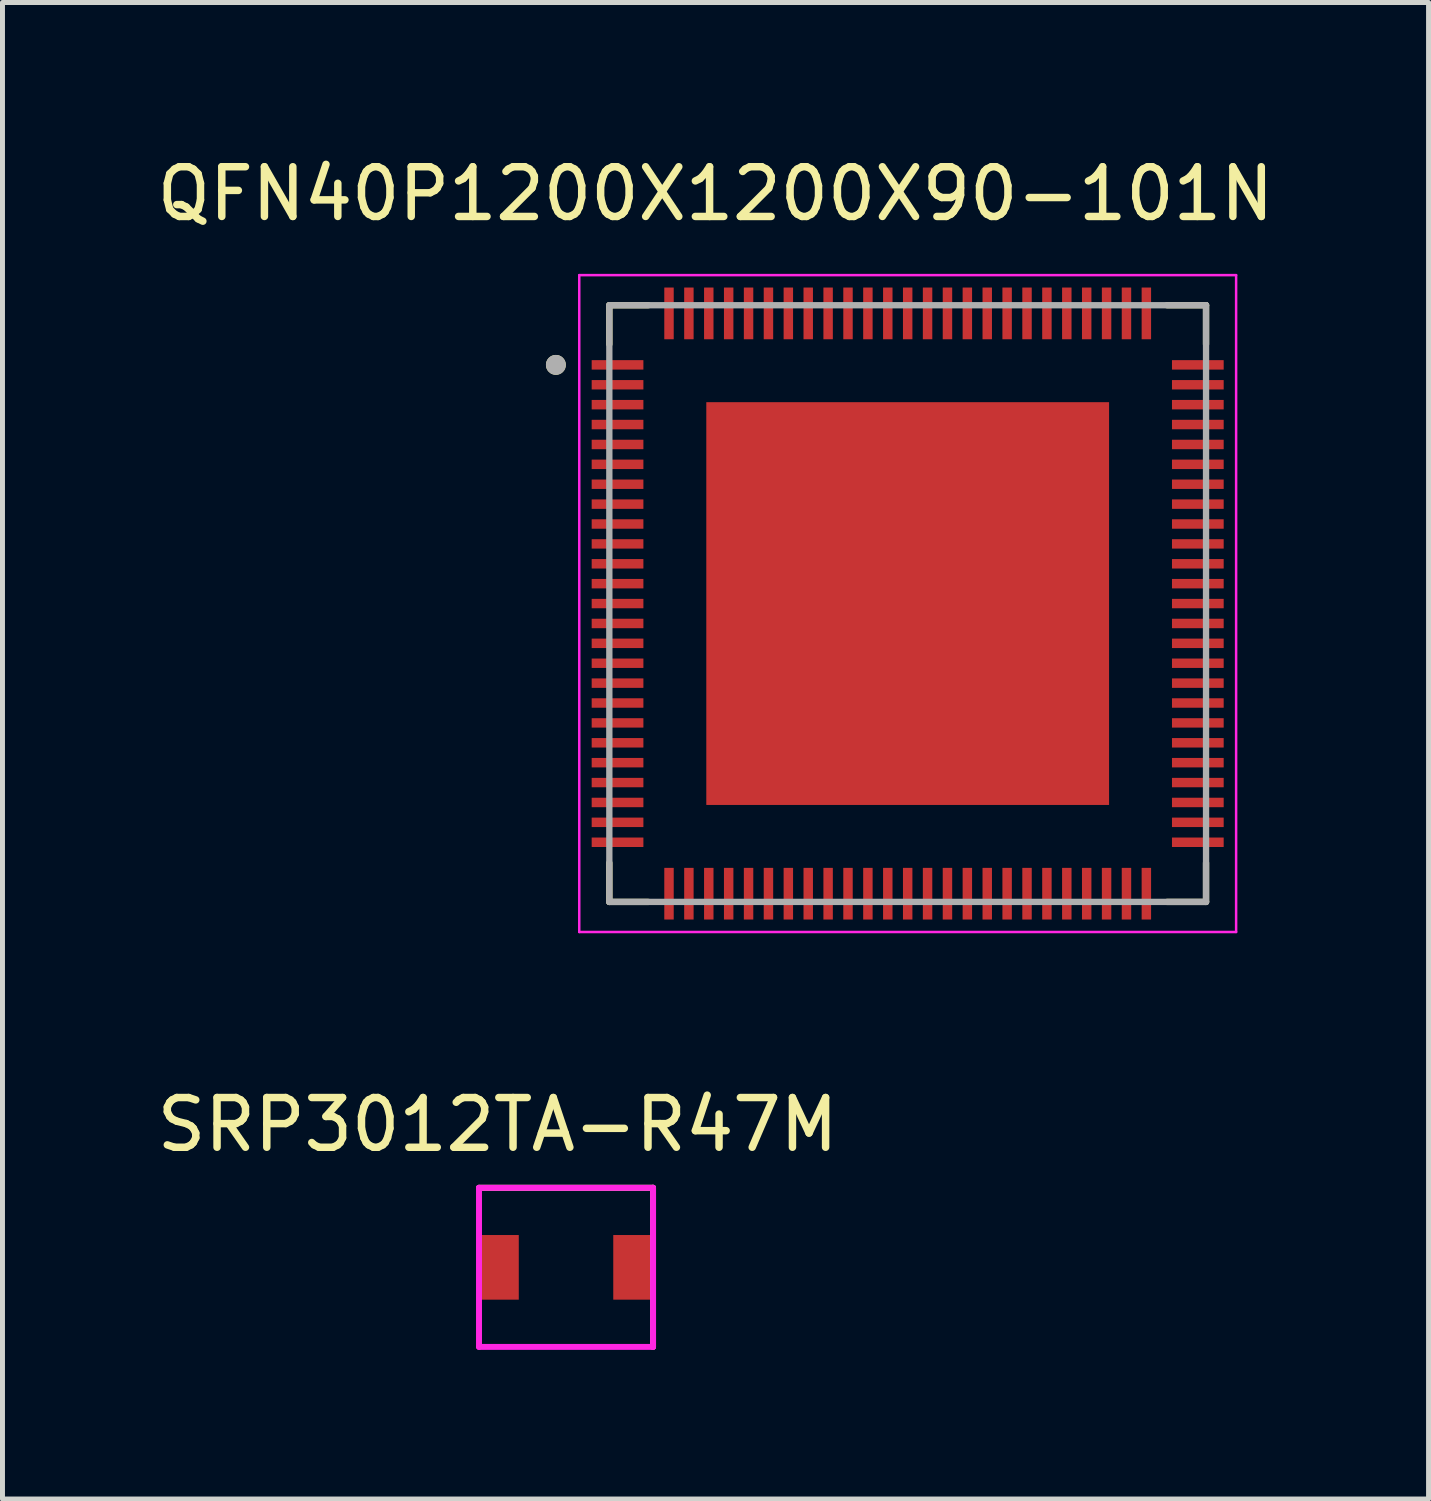
<source format=kicad_pcb>
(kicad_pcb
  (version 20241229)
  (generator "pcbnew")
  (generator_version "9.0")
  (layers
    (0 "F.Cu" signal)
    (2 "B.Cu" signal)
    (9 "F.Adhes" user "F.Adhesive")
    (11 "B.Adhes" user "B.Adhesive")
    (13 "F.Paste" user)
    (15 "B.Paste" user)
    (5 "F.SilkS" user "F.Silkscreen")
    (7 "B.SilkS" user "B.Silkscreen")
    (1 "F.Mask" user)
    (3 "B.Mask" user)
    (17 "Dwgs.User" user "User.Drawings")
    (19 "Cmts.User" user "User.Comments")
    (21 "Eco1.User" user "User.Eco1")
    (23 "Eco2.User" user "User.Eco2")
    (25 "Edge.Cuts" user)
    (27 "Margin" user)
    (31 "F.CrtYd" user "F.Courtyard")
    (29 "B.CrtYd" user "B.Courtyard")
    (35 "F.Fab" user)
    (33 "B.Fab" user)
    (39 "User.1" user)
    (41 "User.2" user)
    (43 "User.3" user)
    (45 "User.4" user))
  (footprint "QFN40P1200X1200X90-101N"
    (layer "F.Cu")
    (at 15.204 9.088)
    (property "Reference" "QFN40P1200X1200X90-101N" (at -3.865 -8.24 0) (layer "F.SilkS") (effects (font (size 1 1) (thickness 0.15))))
    (attr through_hole)
    (fp_line (start -6 -6) (end -6 -5.215) (stroke (width 0.127) (type solid)) (layer "F.SilkS"))
    (fp_line (start -6 -6) (end -5.215 -6) (stroke (width 0.127) (type solid)) (layer "F.SilkS"))
    (fp_line (start -6 6) (end -6 5.215) (stroke (width 0.127) (type solid)) (layer "F.SilkS"))
    (fp_line (start -6 6) (end -5.215 6) (stroke (width 0.127) (type solid)) (layer "F.SilkS"))
    (fp_line (start 6 -6) (end 5.215 -6) (stroke (width 0.127) (type solid)) (layer "F.SilkS"))
    (fp_line (start 6 -6) (end 6 -5.215) (stroke (width 0.127) (type solid)) (layer "F.SilkS"))
    (fp_line (start 6 6) (end 5.215 6) (stroke (width 0.127) (type solid)) (layer "F.SilkS"))
    (fp_line (start 6 6) (end 6 5.215) (stroke (width 0.127) (type solid)) (layer "F.SilkS"))
    (fp_circle (center -7.075 -4.8) (end -6.975 -4.8) (stroke (width 0.2) (type solid)) (fill no) (layer "F.SilkS"))
    (fp_poly (pts (xy -3.68 -3.68) (xy -2.4 -3.68) (xy -2.4 -2.4) (xy -3.68 -2.4)) (stroke (width 0.01) (type solid)) (fill yes) (layer "F.Paste"))
    (fp_poly (pts (xy -3.68 -1.66) (xy -2.4 -1.66) (xy -2.4 -0.38) (xy -3.68 -0.38)) (stroke (width 0.01) (type solid)) (fill yes) (layer "F.Paste"))
    (fp_poly (pts (xy -3.68 0.36) (xy -2.4 0.36) (xy -2.4 1.64) (xy -3.68 1.64)) (stroke (width 0.01) (type solid)) (fill yes) (layer "F.Paste"))
    (fp_poly (pts (xy -3.68 2.38) (xy -2.4 2.38) (xy -2.4 3.66) (xy -3.68 3.66)) (stroke (width 0.01) (type solid)) (fill yes) (layer "F.Paste"))
    (fp_poly (pts (xy -1.66 -3.68) (xy -0.38 -3.68) (xy -0.38 -2.4) (xy -1.66 -2.4)) (stroke (width 0.01) (type solid)) (fill yes) (layer "F.Paste"))
    (fp_poly (pts (xy -1.66 -1.66) (xy -0.38 -1.66) (xy -0.38 -0.38) (xy -1.66 -0.38)) (stroke (width 0.01) (type solid)) (fill yes) (layer "F.Paste"))
    (fp_poly (pts (xy -1.66 0.36) (xy -0.38 0.36) (xy -0.38 1.64) (xy -1.66 1.64)) (stroke (width 0.01) (type solid)) (fill yes) (layer "F.Paste"))
    (fp_poly (pts (xy -1.66 2.38) (xy -0.38 2.38) (xy -0.38 3.66) (xy -1.66 3.66)) (stroke (width 0.01) (type solid)) (fill yes) (layer "F.Paste"))
    (fp_poly (pts (xy 0.36 -3.68) (xy 1.64 -3.68) (xy 1.64 -2.4) (xy 0.36 -2.4)) (stroke (width 0.01) (type solid)) (fill yes) (layer "F.Paste"))
    (fp_poly (pts (xy 0.36 -1.66) (xy 1.64 -1.66) (xy 1.64 -0.38) (xy 0.36 -0.38)) (stroke (width 0.01) (type solid)) (fill yes) (layer "F.Paste"))
    (fp_poly (pts (xy 0.36 0.36) (xy 1.64 0.36) (xy 1.64 1.64) (xy 0.36 1.64)) (stroke (width 0.01) (type solid)) (fill yes) (layer "F.Paste"))
    (fp_poly (pts (xy 0.36 2.38) (xy 1.64 2.38) (xy 1.64 3.66) (xy 0.36 3.66)) (stroke (width 0.01) (type solid)) (fill yes) (layer "F.Paste"))
    (fp_poly (pts (xy 2.38 -3.68) (xy 3.66 -3.68) (xy 3.66 -2.4) (xy 2.38 -2.4)) (stroke (width 0.01) (type solid)) (fill yes) (layer "F.Paste"))
    (fp_poly (pts (xy 2.38 -1.66) (xy 3.66 -1.66) (xy 3.66 -0.38) (xy 2.38 -0.38)) (stroke (width 0.01) (type solid)) (fill yes) (layer "F.Paste"))
    (fp_poly (pts (xy 2.38 0.36) (xy 3.66 0.36) (xy 3.66 1.64) (xy 2.38 1.64)) (stroke (width 0.01) (type solid)) (fill yes) (layer "F.Paste"))
    (fp_poly (pts (xy 2.38 2.38) (xy 3.66 2.38) (xy 3.66 3.66) (xy 2.38 3.66)) (stroke (width 0.01) (type solid)) (fill yes) (layer "F.Paste"))
    (fp_line (start -6.605 -6.605) (end 6.605 -6.605) (stroke (width 0.05) (type solid)) (layer "F.CrtYd"))
    (fp_line (start -6.605 6.605) (end -6.605 -6.605) (stroke (width 0.05) (type solid)) (layer "F.CrtYd"))
    (fp_line (start -6.605 6.605) (end 6.605 6.605) (stroke (width 0.05) (type solid)) (layer "F.CrtYd"))
    (fp_line (start 6.605 6.605) (end 6.605 -6.605) (stroke (width 0.05) (type solid)) (layer "F.CrtYd"))
    (fp_line (start -6 6) (end -6 -6) (stroke (width 0.127) (type solid)) (layer "F.Fab"))
    (fp_line (start 6 -6) (end -6 -6) (stroke (width 0.127) (type solid)) (layer "F.Fab"))
    (fp_line (start 6 6) (end -6 6) (stroke (width 0.127) (type solid)) (layer "F.Fab"))
    (fp_line (start 6 6) (end 6 -6) (stroke (width 0.127) (type solid)) (layer "F.Fab"))
    (fp_circle (center -7.075 -4.8) (end -6.975 -4.8) (stroke (width 0.2) (type solid)) (fill no) (layer "F.Fab"))
    (pad "1" smd roundrect (at -5.835 -4.8) (size 1.04 0.19) (layers "F.Cu" "F.Mask" "F.Paste") (roundrect_rratio 0.02))
    (pad "2" smd roundrect (at -5.835 -4.4) (size 1.04 0.19) (layers "F.Cu" "F.Mask" "F.Paste") (roundrect_rratio 0.02))
    (pad "3" smd roundrect (at -5.835 -4) (size 1.04 0.19) (layers "F.Cu" "F.Mask" "F.Paste") (roundrect_rratio 0.02))
    (pad "4" smd roundrect (at -5.835 -3.6) (size 1.04 0.19) (layers "F.Cu" "F.Mask" "F.Paste") (roundrect_rratio 0.02))
    (pad "5" smd roundrect (at -5.835 -3.2) (size 1.04 0.19) (layers "F.Cu" "F.Mask" "F.Paste") (roundrect_rratio 0.02))
    (pad "6" smd roundrect (at -5.835 -2.8) (size 1.04 0.19) (layers "F.Cu" "F.Mask" "F.Paste") (roundrect_rratio 0.02))
    (pad "7" smd roundrect (at -5.835 -2.4) (size 1.04 0.19) (layers "F.Cu" "F.Mask" "F.Paste") (roundrect_rratio 0.02))
    (pad "8" smd roundrect (at -5.835 -2) (size 1.04 0.19) (layers "F.Cu" "F.Mask" "F.Paste") (roundrect_rratio 0.02))
    (pad "9" smd roundrect (at -5.835 -1.6) (size 1.04 0.19) (layers "F.Cu" "F.Mask" "F.Paste") (roundrect_rratio 0.02))
    (pad "10" smd roundrect (at -5.835 -1.2) (size 1.04 0.19) (layers "F.Cu" "F.Mask" "F.Paste") (roundrect_rratio 0.02))
    (pad "11" smd roundrect (at -5.835 -0.8) (size 1.04 0.19) (layers "F.Cu" "F.Mask" "F.Paste") (roundrect_rratio 0.02))
    (pad "12" smd roundrect (at -5.835 -0.4) (size 1.04 0.19) (layers "F.Cu" "F.Mask" "F.Paste") (roundrect_rratio 0.02))
    (pad "13" smd roundrect (at -5.835 0) (size 1.04 0.19) (layers "F.Cu" "F.Mask" "F.Paste") (roundrect_rratio 0.02))
    (pad "14" smd roundrect (at -5.835 0.4) (size 1.04 0.19) (layers "F.Cu" "F.Mask" "F.Paste") (roundrect_rratio 0.02))
    (pad "15" smd roundrect (at -5.835 0.8) (size 1.04 0.19) (layers "F.Cu" "F.Mask" "F.Paste") (roundrect_rratio 0.02))
    (pad "16" smd roundrect (at -5.835 1.2) (size 1.04 0.19) (layers "F.Cu" "F.Mask" "F.Paste") (roundrect_rratio 0.02))
    (pad "17" smd roundrect (at -5.835 1.6) (size 1.04 0.19) (layers "F.Cu" "F.Mask" "F.Paste") (roundrect_rratio 0.02))
    (pad "18" smd roundrect (at -5.835 2) (size 1.04 0.19) (layers "F.Cu" "F.Mask" "F.Paste") (roundrect_rratio 0.02))
    (pad "19" smd roundrect (at -5.835 2.4) (size 1.04 0.19) (layers "F.Cu" "F.Mask" "F.Paste") (roundrect_rratio 0.02))
    (pad "20" smd roundrect (at -5.835 2.8) (size 1.04 0.19) (layers "F.Cu" "F.Mask" "F.Paste") (roundrect_rratio 0.02))
    (pad "21" smd roundrect (at -5.835 3.2) (size 1.04 0.19) (layers "F.Cu" "F.Mask" "F.Paste") (roundrect_rratio 0.02))
    (pad "22" smd roundrect (at -5.835 3.6) (size 1.04 0.19) (layers "F.Cu" "F.Mask" "F.Paste") (roundrect_rratio 0.02))
    (pad "23" smd roundrect (at -5.835 4) (size 1.04 0.19) (layers "F.Cu" "F.Mask" "F.Paste") (roundrect_rratio 0.02))
    (pad "24" smd roundrect (at -5.835 4.4) (size 1.04 0.19) (layers "F.Cu" "F.Mask" "F.Paste") (roundrect_rratio 0.02))
    (pad "25" smd roundrect (at -5.835 4.8) (size 1.04 0.19) (layers "F.Cu" "F.Mask" "F.Paste") (roundrect_rratio 0.02))
    (pad "26" smd roundrect (at -4.8 5.835) (size 0.19 1.04) (layers "F.Cu" "F.Mask" "F.Paste") (roundrect_rratio 0.02))
    (pad "27" smd roundrect (at -4.4 5.835) (size 0.19 1.04) (layers "F.Cu" "F.Mask" "F.Paste") (roundrect_rratio 0.02))
    (pad "28" smd roundrect (at -4 5.835) (size 0.19 1.04) (layers "F.Cu" "F.Mask" "F.Paste") (roundrect_rratio 0.02))
    (pad "29" smd roundrect (at -3.6 5.835) (size 0.19 1.04) (layers "F.Cu" "F.Mask" "F.Paste") (roundrect_rratio 0.02))
    (pad "30" smd roundrect (at -3.2 5.835) (size 0.19 1.04) (layers "F.Cu" "F.Mask" "F.Paste") (roundrect_rratio 0.02))
    (pad "31" smd roundrect (at -2.8 5.835) (size 0.19 1.04) (layers "F.Cu" "F.Mask" "F.Paste") (roundrect_rratio 0.02))
    (pad "32" smd roundrect (at -2.4 5.835) (size 0.19 1.04) (layers "F.Cu" "F.Mask" "F.Paste") (roundrect_rratio 0.02))
    (pad "33" smd roundrect (at -2 5.835) (size 0.19 1.04) (layers "F.Cu" "F.Mask" "F.Paste") (roundrect_rratio 0.02))
    (pad "34" smd roundrect (at -1.6 5.835) (size 0.19 1.04) (layers "F.Cu" "F.Mask" "F.Paste") (roundrect_rratio 0.02))
    (pad "35" smd roundrect (at -1.2 5.835) (size 0.19 1.04) (layers "F.Cu" "F.Mask" "F.Paste") (roundrect_rratio 0.02))
    (pad "36" smd roundrect (at -0.8 5.835) (size 0.19 1.04) (layers "F.Cu" "F.Mask" "F.Paste") (roundrect_rratio 0.02))
    (pad "37" smd roundrect (at -0.4 5.835) (size 0.19 1.04) (layers "F.Cu" "F.Mask" "F.Paste") (roundrect_rratio 0.02))
    (pad "38" smd roundrect (at 0 5.835) (size 0.19 1.04) (layers "F.Cu" "F.Mask" "F.Paste") (roundrect_rratio 0.02))
    (pad "39" smd roundrect (at 0.4 5.835) (size 0.19 1.04) (layers "F.Cu" "F.Mask" "F.Paste") (roundrect_rratio 0.02))
    (pad "40" smd roundrect (at 0.8 5.835) (size 0.19 1.04) (layers "F.Cu" "F.Mask" "F.Paste") (roundrect_rratio 0.02))
    (pad "41" smd roundrect (at 1.2 5.835) (size 0.19 1.04) (layers "F.Cu" "F.Mask" "F.Paste") (roundrect_rratio 0.02))
    (pad "42" smd roundrect (at 1.6 5.835) (size 0.19 1.04) (layers "F.Cu" "F.Mask" "F.Paste") (roundrect_rratio 0.02))
    (pad "43" smd roundrect (at 2 5.835) (size 0.19 1.04) (layers "F.Cu" "F.Mask" "F.Paste") (roundrect_rratio 0.02))
    (pad "44" smd roundrect (at 2.4 5.835) (size 0.19 1.04) (layers "F.Cu" "F.Mask" "F.Paste") (roundrect_rratio 0.02))
    (pad "45" smd roundrect (at 2.8 5.835) (size 0.19 1.04) (layers "F.Cu" "F.Mask" "F.Paste") (roundrect_rratio 0.02))
    (pad "46" smd roundrect (at 3.2 5.835) (size 0.19 1.04) (layers "F.Cu" "F.Mask" "F.Paste") (roundrect_rratio 0.02))
    (pad "47" smd roundrect (at 3.6 5.835) (size 0.19 1.04) (layers "F.Cu" "F.Mask" "F.Paste") (roundrect_rratio 0.02))
    (pad "48" smd roundrect (at 4 5.835) (size 0.19 1.04) (layers "F.Cu" "F.Mask" "F.Paste") (roundrect_rratio 0.02))
    (pad "49" smd roundrect (at 4.4 5.835) (size 0.19 1.04) (layers "F.Cu" "F.Mask" "F.Paste") (roundrect_rratio 0.02))
    (pad "50" smd roundrect (at 4.8 5.835) (size 0.19 1.04) (layers "F.Cu" "F.Mask" "F.Paste") (roundrect_rratio 0.02))
    (pad "51" smd roundrect (at 5.835 4.8) (size 1.04 0.19) (layers "F.Cu" "F.Mask" "F.Paste") (roundrect_rratio 0.02))
    (pad "52" smd roundrect (at 5.835 4.4) (size 1.04 0.19) (layers "F.Cu" "F.Mask" "F.Paste") (roundrect_rratio 0.02))
    (pad "53" smd roundrect (at 5.835 4) (size 1.04 0.19) (layers "F.Cu" "F.Mask" "F.Paste") (roundrect_rratio 0.02))
    (pad "54" smd roundrect (at 5.835 3.6) (size 1.04 0.19) (layers "F.Cu" "F.Mask" "F.Paste") (roundrect_rratio 0.02))
    (pad "55" smd roundrect (at 5.835 3.2) (size 1.04 0.19) (layers "F.Cu" "F.Mask" "F.Paste") (roundrect_rratio 0.02))
    (pad "56" smd roundrect (at 5.835 2.8) (size 1.04 0.19) (layers "F.Cu" "F.Mask" "F.Paste") (roundrect_rratio 0.02))
    (pad "57" smd roundrect (at 5.835 2.4) (size 1.04 0.19) (layers "F.Cu" "F.Mask" "F.Paste") (roundrect_rratio 0.02))
    (pad "58" smd roundrect (at 5.835 2) (size 1.04 0.19) (layers "F.Cu" "F.Mask" "F.Paste") (roundrect_rratio 0.02))
    (pad "59" smd roundrect (at 5.835 1.6) (size 1.04 0.19) (layers "F.Cu" "F.Mask" "F.Paste") (roundrect_rratio 0.02))
    (pad "60" smd roundrect (at 5.835 1.2) (size 1.04 0.19) (layers "F.Cu" "F.Mask" "F.Paste") (roundrect_rratio 0.02))
    (pad "61" smd roundrect (at 5.835 0.8) (size 1.04 0.19) (layers "F.Cu" "F.Mask" "F.Paste") (roundrect_rratio 0.02))
    (pad "62" smd roundrect (at 5.835 0.4) (size 1.04 0.19) (layers "F.Cu" "F.Mask" "F.Paste") (roundrect_rratio 0.02))
    (pad "63" smd roundrect (at 5.835 0) (size 1.04 0.19) (layers "F.Cu" "F.Mask" "F.Paste") (roundrect_rratio 0.02))
    (pad "64" smd roundrect (at 5.835 -0.4) (size 1.04 0.19) (layers "F.Cu" "F.Mask" "F.Paste") (roundrect_rratio 0.02))
    (pad "65" smd roundrect (at 5.835 -0.8) (size 1.04 0.19) (layers "F.Cu" "F.Mask" "F.Paste") (roundrect_rratio 0.02))
    (pad "66" smd roundrect (at 5.835 -1.2) (size 1.04 0.19) (layers "F.Cu" "F.Mask" "F.Paste") (roundrect_rratio 0.02))
    (pad "67" smd roundrect (at 5.835 -1.6) (size 1.04 0.19) (layers "F.Cu" "F.Mask" "F.Paste") (roundrect_rratio 0.02))
    (pad "68" smd roundrect (at 5.835 -2) (size 1.04 0.19) (layers "F.Cu" "F.Mask" "F.Paste") (roundrect_rratio 0.02))
    (pad "69" smd roundrect (at 5.835 -2.4) (size 1.04 0.19) (layers "F.Cu" "F.Mask" "F.Paste") (roundrect_rratio 0.02))
    (pad "70" smd roundrect (at 5.835 -2.8) (size 1.04 0.19) (layers "F.Cu" "F.Mask" "F.Paste") (roundrect_rratio 0.02))
    (pad "71" smd roundrect (at 5.835 -3.2) (size 1.04 0.19) (layers "F.Cu" "F.Mask" "F.Paste") (roundrect_rratio 0.02))
    (pad "72" smd roundrect (at 5.835 -3.6) (size 1.04 0.19) (layers "F.Cu" "F.Mask" "F.Paste") (roundrect_rratio 0.02))
    (pad "73" smd roundrect (at 5.835 -4) (size 1.04 0.19) (layers "F.Cu" "F.Mask" "F.Paste") (roundrect_rratio 0.02))
    (pad "74" smd roundrect (at 5.835 -4.4) (size 1.04 0.19) (layers "F.Cu" "F.Mask" "F.Paste") (roundrect_rratio 0.02))
    (pad "75" smd roundrect (at 5.835 -4.8) (size 1.04 0.19) (layers "F.Cu" "F.Mask" "F.Paste") (roundrect_rratio 0.02))
    (pad "76" smd roundrect (at 4.8 -5.835) (size 0.19 1.04) (layers "F.Cu" "F.Mask" "F.Paste") (roundrect_rratio 0.02))
    (pad "77" smd roundrect (at 4.4 -5.835) (size 0.19 1.04) (layers "F.Cu" "F.Mask" "F.Paste") (roundrect_rratio 0.02))
    (pad "78" smd roundrect (at 4 -5.835) (size 0.19 1.04) (layers "F.Cu" "F.Mask" "F.Paste") (roundrect_rratio 0.02))
    (pad "79" smd roundrect (at 3.6 -5.835) (size 0.19 1.04) (layers "F.Cu" "F.Mask" "F.Paste") (roundrect_rratio 0.02))
    (pad "80" smd roundrect (at 3.2 -5.835) (size 0.19 1.04) (layers "F.Cu" "F.Mask" "F.Paste") (roundrect_rratio 0.02))
    (pad "81" smd roundrect (at 2.8 -5.835) (size 0.19 1.04) (layers "F.Cu" "F.Mask" "F.Paste") (roundrect_rratio 0.02))
    (pad "82" smd roundrect (at 2.4 -5.835) (size 0.19 1.04) (layers "F.Cu" "F.Mask" "F.Paste") (roundrect_rratio 0.02))
    (pad "83" smd roundrect (at 2 -5.835) (size 0.19 1.04) (layers "F.Cu" "F.Mask" "F.Paste") (roundrect_rratio 0.02))
    (pad "84" smd roundrect (at 1.6 -5.835) (size 0.19 1.04) (layers "F.Cu" "F.Mask" "F.Paste") (roundrect_rratio 0.02))
    (pad "85" smd roundrect (at 1.2 -5.835) (size 0.19 1.04) (layers "F.Cu" "F.Mask" "F.Paste") (roundrect_rratio 0.02))
    (pad "86" smd roundrect (at 0.8 -5.835) (size 0.19 1.04) (layers "F.Cu" "F.Mask" "F.Paste") (roundrect_rratio 0.02))
    (pad "87" smd roundrect (at 0.4 -5.835) (size 0.19 1.04) (layers "F.Cu" "F.Mask" "F.Paste") (roundrect_rratio 0.02))
    (pad "88" smd roundrect (at 0 -5.835) (size 0.19 1.04) (layers "F.Cu" "F.Mask" "F.Paste") (roundrect_rratio 0.02))
    (pad "89" smd roundrect (at -0.4 -5.835) (size 0.19 1.04) (layers "F.Cu" "F.Mask" "F.Paste") (roundrect_rratio 0.02))
    (pad "90" smd roundrect (at -0.8 -5.835) (size 0.19 1.04) (layers "F.Cu" "F.Mask" "F.Paste") (roundrect_rratio 0.02))
    (pad "91" smd roundrect (at -1.2 -5.835) (size 0.19 1.04) (layers "F.Cu" "F.Mask" "F.Paste") (roundrect_rratio 0.02))
    (pad "92" smd roundrect (at -1.6 -5.835) (size 0.19 1.04) (layers "F.Cu" "F.Mask" "F.Paste") (roundrect_rratio 0.02))
    (pad "93" smd roundrect (at -2 -5.835) (size 0.19 1.04) (layers "F.Cu" "F.Mask" "F.Paste") (roundrect_rratio 0.02))
    (pad "94" smd roundrect (at -2.4 -5.835) (size 0.19 1.04) (layers "F.Cu" "F.Mask" "F.Paste") (roundrect_rratio 0.02))
    (pad "95" smd roundrect (at -2.8 -5.835) (size 0.19 1.04) (layers "F.Cu" "F.Mask" "F.Paste") (roundrect_rratio 0.02))
    (pad "96" smd roundrect (at -3.2 -5.835) (size 0.19 1.04) (layers "F.Cu" "F.Mask" "F.Paste") (roundrect_rratio 0.02))
    (pad "97" smd roundrect (at -3.6 -5.835) (size 0.19 1.04) (layers "F.Cu" "F.Mask" "F.Paste") (roundrect_rratio 0.02))
    (pad "98" smd roundrect (at -4 -5.835) (size 0.19 1.04) (layers "F.Cu" "F.Mask" "F.Paste") (roundrect_rratio 0.02))
    (pad "99" smd roundrect (at -4.4 -5.835) (size 0.19 1.04) (layers "F.Cu" "F.Mask" "F.Paste") (roundrect_rratio 0.02))
    (pad "100" smd roundrect (at -4.8 -5.835) (size 0.19 1.04) (layers "F.Cu" "F.Mask" "F.Paste") (roundrect_rratio 0.02))
    (pad "101" smd rect (at 0 0) (size 8.1 8.1) (layers "F.Cu" "F.Mask")))
  (footprint "SRP3012TA-R47M"
    (layer "F.Cu")
    (at 6.583 20.837)
    (property "Reference" "SRP3012TA-R47M" (at 0.375 -1.27 0) (layer "F.SilkS") (effects (font (size 1 1) (thickness 0.15))))
    (attr through_hole)
    (fp_line (start 0 0) (end 3.5 0) (stroke (width 0.12) (type solid)) (layer "F.SilkS"))
    (fp_line (start 3.5 0) (end 3.5 3.2) (stroke (width 0.12) (type solid)) (layer "F.SilkS"))
    (fp_line (start 0 0) (end 3.5 0) (stroke (width 0.12) (type solid)) (layer "F.CrtYd"))
    (fp_line (start 0 3.2) (end 0 0) (stroke (width 0.12) (type solid)) (layer "F.CrtYd"))
    (fp_line (start 3.5 0) (end 3.5 3.2) (stroke (width 0.12) (type solid)) (layer "F.CrtYd"))
    (fp_line (start 3.5 3.2) (end 0 3.2) (stroke (width 0.12) (type solid)) (layer "F.CrtYd"))
    (pad "1" smd rect (at 0 1.6) (size 0.8 1.3) (drill (offset 0.4 0)) (layers "F.Cu" "F.Mask" "F.Paste"))
    (pad "2" smd rect (at 3.5 1.6 180) (size 0.8 1.3) (drill (offset 0.4 0)) (layers "F.Cu" "F.Mask" "F.Paste")))
  (gr_rect
    (start -3 -3)
    (end 25.679 27.096)
    (stroke (width 0.1) (type default))
    (fill no)
    (layer "Edge.Cuts")))
</source>
